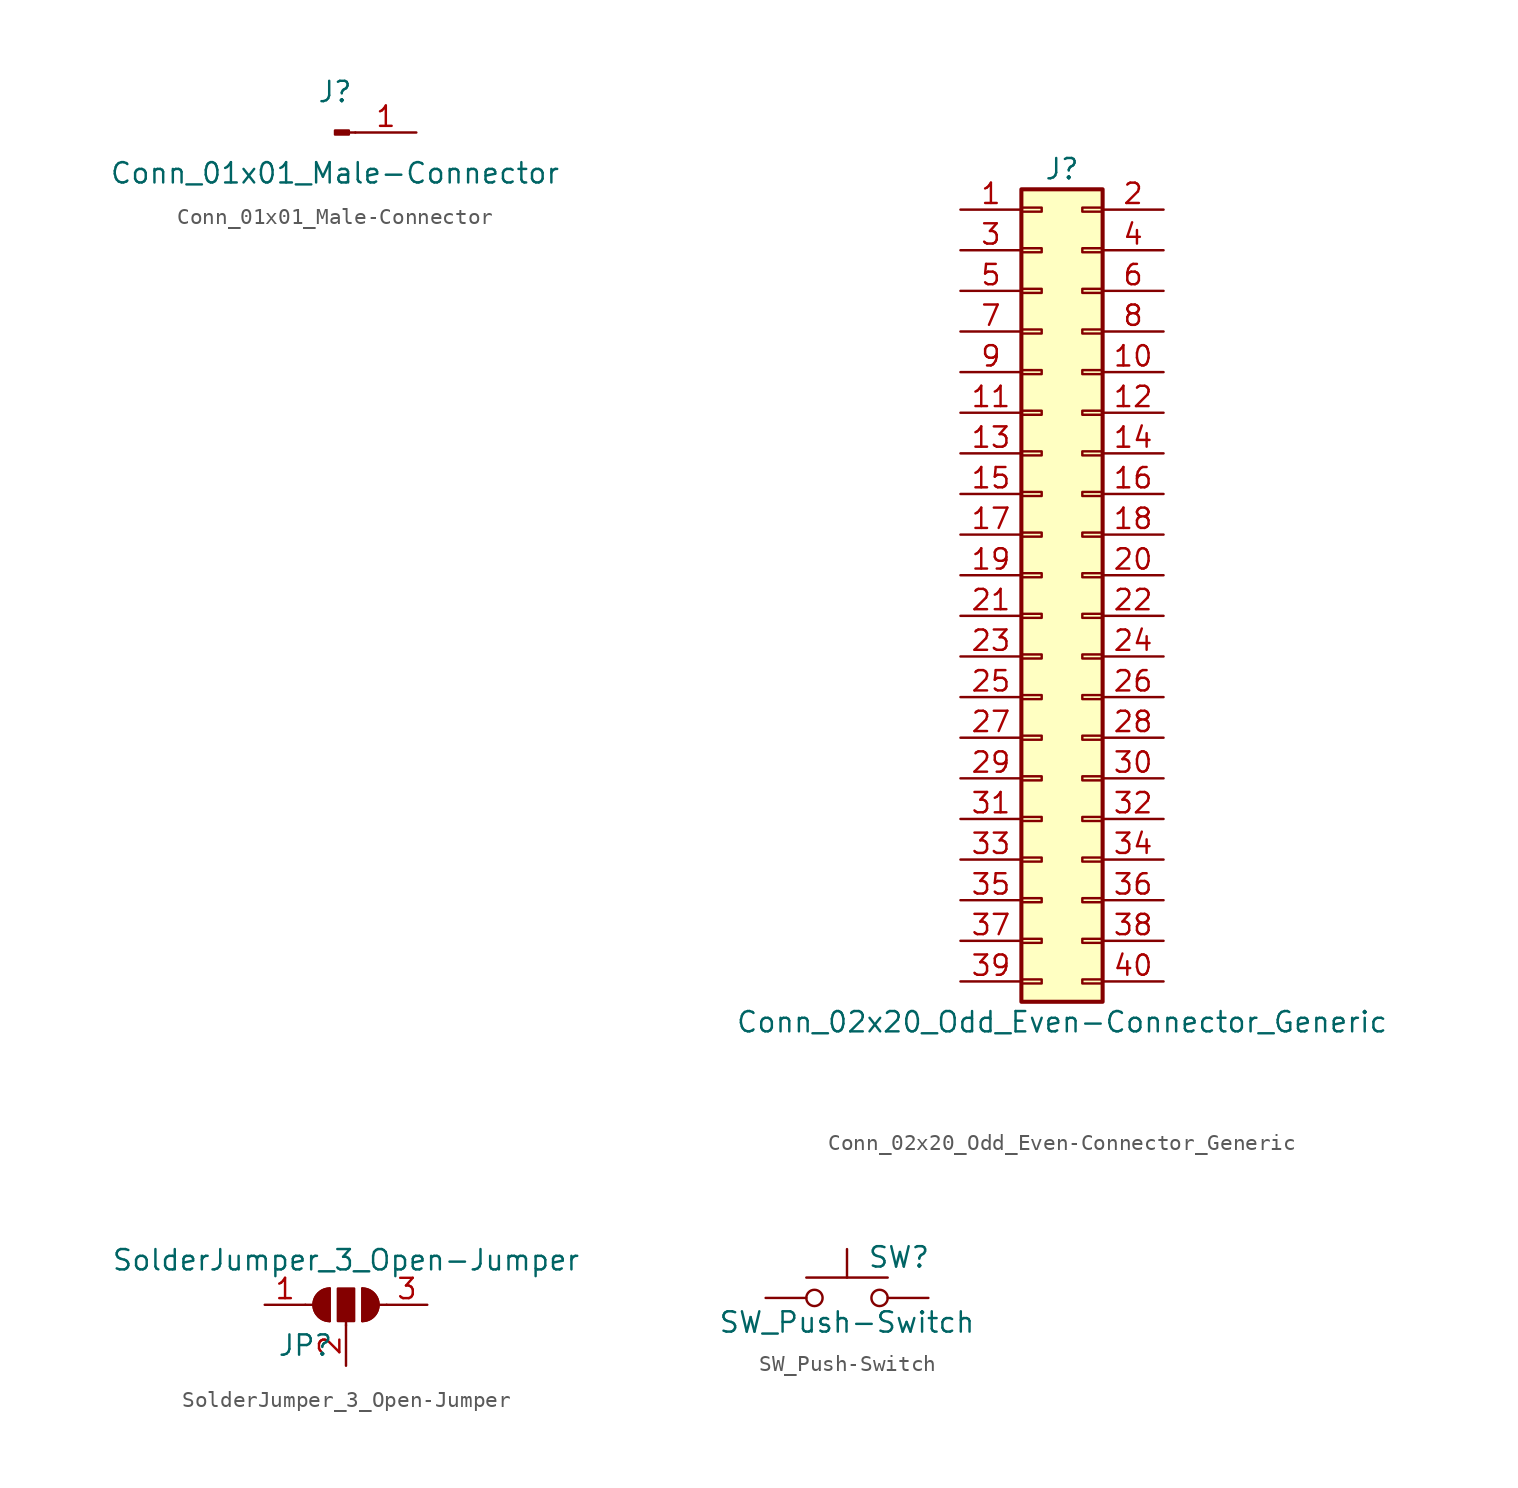
<source format=kicad_sym>
(kicad_symbol_lib
  (version 20211014)
  (generator kicad_symbol_editor)
  (symbol "Conn_01x01_Male-Connector"
    (pin_names
      (offset 1.016) hide)
    (property "Reference" "J"
      (at 0 2.54 0)
      (effects (font (size 1.27 1.27))))
    (property "Value" "Conn_01x01_Male-Connector"
      (at 0 -2.54 0)
      (effects (font (size 1.27 1.27))))
    (symbol "Conn_01x01_Male-Connector_1_1"
      (polyline (pts (xy 1.27 0) (xy 0.864 0)) (stroke (width 0.152) (type default) (color 0 0 0 0)) (fill (type none)))
      (rectangle (start 0.864 0.127) (end 0 -0.127) (stroke (width 0.152) (type default) (color 0 0 0 0)) (fill (type outline)))
      (pin passive line (at 5.08 0 180) (length 3.81) (name "Pin_1" (effects (font (size 1.27 1.27)))) (number "1" (effects (font (size 1.27 1.27)))))))
  (symbol "Conn_02x20_Odd_Even-Connector_Generic"
    (pin_names
      (offset 1.016) hide)
    (property "Reference" "J"
      (at 1.27 25.4 0)
      (effects (font (size 1.27 1.27))))
    (property "Value" "Conn_02x20_Odd_Even-Connector_Generic"
      (at 1.27 -27.94 0)
      (effects (font (size 1.27 1.27))))
    (symbol "Conn_02x20_Odd_Even-Connector_Generic_1_1"
      (rectangle (start -1.27 -25.273) (end 0 -25.527) (stroke (width 0.152) (type default) (color 0 0 0 0)) (fill (type none)))
      (rectangle (start -1.27 -22.733) (end 0 -22.987) (stroke (width 0.152) (type default) (color 0 0 0 0)) (fill (type none)))
      (rectangle (start -1.27 -20.193) (end 0 -20.447) (stroke (width 0.152) (type default) (color 0 0 0 0)) (fill (type none)))
      (rectangle (start -1.27 -17.653) (end 0 -17.907) (stroke (width 0.152) (type default) (color 0 0 0 0)) (fill (type none)))
      (rectangle (start -1.27 -15.113) (end 0 -15.367) (stroke (width 0.152) (type default) (color 0 0 0 0)) (fill (type none)))
      (rectangle (start -1.27 -12.573) (end 0 -12.827) (stroke (width 0.152) (type default) (color 0 0 0 0)) (fill (type none)))
      (rectangle (start -1.27 -10.033) (end 0 -10.287) (stroke (width 0.152) (type default) (color 0 0 0 0)) (fill (type none)))
      (rectangle (start -1.27 -7.493) (end 0 -7.747) (stroke (width 0.152) (type default) (color 0 0 0 0)) (fill (type none)))
      (rectangle (start -1.27 -4.953) (end 0 -5.207) (stroke (width 0.152) (type default) (color 0 0 0 0)) (fill (type none)))
      (rectangle (start -1.27 -2.413) (end 0 -2.667) (stroke (width 0.152) (type default) (color 0 0 0 0)) (fill (type none)))
      (rectangle (start -1.27 0.127) (end 0 -0.127) (stroke (width 0.152) (type default) (color 0 0 0 0)) (fill (type none)))
      (rectangle (start -1.27 2.667) (end 0 2.413) (stroke (width 0.152) (type default) (color 0 0 0 0)) (fill (type none)))
      (rectangle (start -1.27 5.207) (end 0 4.953) (stroke (width 0.152) (type default) (color 0 0 0 0)) (fill (type none)))
      (rectangle (start -1.27 7.747) (end 0 7.493) (stroke (width 0.152) (type default) (color 0 0 0 0)) (fill (type none)))
      (rectangle (start -1.27 10.287) (end 0 10.033) (stroke (width 0.152) (type default) (color 0 0 0 0)) (fill (type none)))
      (rectangle (start -1.27 12.827) (end 0 12.573) (stroke (width 0.152) (type default) (color 0 0 0 0)) (fill (type none)))
      (rectangle (start -1.27 15.367) (end 0 15.113) (stroke (width 0.152) (type default) (color 0 0 0 0)) (fill (type none)))
      (rectangle (start -1.27 17.907) (end 0 17.653) (stroke (width 0.152) (type default) (color 0 0 0 0)) (fill (type none)))
      (rectangle (start -1.27 20.447) (end 0 20.193) (stroke (width 0.152) (type default) (color 0 0 0 0)) (fill (type none)))
      (rectangle (start -1.27 22.987) (end 0 22.733) (stroke (width 0.152) (type default) (color 0 0 0 0)) (fill (type none)))
      (rectangle (start -1.27 24.13) (end 3.81 -26.67) (stroke (width 0.254) (type default) (color 0 0 0 0)) (fill (type background)))
      (rectangle (start 3.81 -25.273) (end 2.54 -25.527) (stroke (width 0.152) (type default) (color 0 0 0 0)) (fill (type none)))
      (rectangle (start 3.81 -22.733) (end 2.54 -22.987) (stroke (width 0.152) (type default) (color 0 0 0 0)) (fill (type none)))
      (rectangle (start 3.81 -20.193) (end 2.54 -20.447) (stroke (width 0.152) (type default) (color 0 0 0 0)) (fill (type none)))
      (rectangle (start 3.81 -17.653) (end 2.54 -17.907) (stroke (width 0.152) (type default) (color 0 0 0 0)) (fill (type none)))
      (rectangle (start 3.81 -15.113) (end 2.54 -15.367) (stroke (width 0.152) (type default) (color 0 0 0 0)) (fill (type none)))
      (rectangle (start 3.81 -12.573) (end 2.54 -12.827) (stroke (width 0.152) (type default) (color 0 0 0 0)) (fill (type none)))
      (rectangle (start 3.81 -10.033) (end 2.54 -10.287) (stroke (width 0.152) (type default) (color 0 0 0 0)) (fill (type none)))
      (rectangle (start 3.81 -7.493) (end 2.54 -7.747) (stroke (width 0.152) (type default) (color 0 0 0 0)) (fill (type none)))
      (rectangle (start 3.81 -4.953) (end 2.54 -5.207) (stroke (width 0.152) (type default) (color 0 0 0 0)) (fill (type none)))
      (rectangle (start 3.81 -2.413) (end 2.54 -2.667) (stroke (width 0.152) (type default) (color 0 0 0 0)) (fill (type none)))
      (rectangle (start 3.81 0.127) (end 2.54 -0.127) (stroke (width 0.152) (type default) (color 0 0 0 0)) (fill (type none)))
      (rectangle (start 3.81 2.667) (end 2.54 2.413) (stroke (width 0.152) (type default) (color 0 0 0 0)) (fill (type none)))
      (rectangle (start 3.81 5.207) (end 2.54 4.953) (stroke (width 0.152) (type default) (color 0 0 0 0)) (fill (type none)))
      (rectangle (start 3.81 7.747) (end 2.54 7.493) (stroke (width 0.152) (type default) (color 0 0 0 0)) (fill (type none)))
      (rectangle (start 3.81 10.287) (end 2.54 10.033) (stroke (width 0.152) (type default) (color 0 0 0 0)) (fill (type none)))
      (rectangle (start 3.81 12.827) (end 2.54 12.573) (stroke (width 0.152) (type default) (color 0 0 0 0)) (fill (type none)))
      (rectangle (start 3.81 15.367) (end 2.54 15.113) (stroke (width 0.152) (type default) (color 0 0 0 0)) (fill (type none)))
      (rectangle (start 3.81 17.907) (end 2.54 17.653) (stroke (width 0.152) (type default) (color 0 0 0 0)) (fill (type none)))
      (rectangle (start 3.81 20.447) (end 2.54 20.193) (stroke (width 0.152) (type default) (color 0 0 0 0)) (fill (type none)))
      (rectangle (start 3.81 22.987) (end 2.54 22.733) (stroke (width 0.152) (type default) (color 0 0 0 0)) (fill (type none)))
      (pin passive line (at -5.08 22.86 0) (length 3.81) (name "Pin_1" (effects (font (size 1.27 1.27)))) (number "1" (effects (font (size 1.27 1.27)))))
      (pin passive line (at 7.62 12.7 180) (length 3.81) (name "Pin_10" (effects (font (size 1.27 1.27)))) (number "10" (effects (font (size 1.27 1.27)))))
      (pin passive line (at -5.08 10.16 0) (length 3.81) (name "Pin_11" (effects (font (size 1.27 1.27)))) (number "11" (effects (font (size 1.27 1.27)))))
      (pin passive line (at 7.62 10.16 180) (length 3.81) (name "Pin_12" (effects (font (size 1.27 1.27)))) (number "12" (effects (font (size 1.27 1.27)))))
      (pin passive line (at -5.08 7.62 0) (length 3.81) (name "Pin_13" (effects (font (size 1.27 1.27)))) (number "13" (effects (font (size 1.27 1.27)))))
      (pin passive line (at 7.62 7.62 180) (length 3.81) (name "Pin_14" (effects (font (size 1.27 1.27)))) (number "14" (effects (font (size 1.27 1.27)))))
      (pin passive line (at -5.08 5.08 0) (length 3.81) (name "Pin_15" (effects (font (size 1.27 1.27)))) (number "15" (effects (font (size 1.27 1.27)))))
      (pin passive line (at 7.62 5.08 180) (length 3.81) (name "Pin_16" (effects (font (size 1.27 1.27)))) (number "16" (effects (font (size 1.27 1.27)))))
      (pin passive line (at -5.08 2.54 0) (length 3.81) (name "Pin_17" (effects (font (size 1.27 1.27)))) (number "17" (effects (font (size 1.27 1.27)))))
      (pin passive line (at 7.62 2.54 180) (length 3.81) (name "Pin_18" (effects (font (size 1.27 1.27)))) (number "18" (effects (font (size 1.27 1.27)))))
      (pin passive line (at -5.08 0 0) (length 3.81) (name "Pin_19" (effects (font (size 1.27 1.27)))) (number "19" (effects (font (size 1.27 1.27)))))
      (pin passive line (at 7.62 22.86 180) (length 3.81) (name "Pin_2" (effects (font (size 1.27 1.27)))) (number "2" (effects (font (size 1.27 1.27)))))
      (pin passive line (at 7.62 0 180) (length 3.81) (name "Pin_20" (effects (font (size 1.27 1.27)))) (number "20" (effects (font (size 1.27 1.27)))))
      (pin passive line (at -5.08 -2.54 0) (length 3.81) (name "Pin_21" (effects (font (size 1.27 1.27)))) (number "21" (effects (font (size 1.27 1.27)))))
      (pin passive line (at 7.62 -2.54 180) (length 3.81) (name "Pin_22" (effects (font (size 1.27 1.27)))) (number "22" (effects (font (size 1.27 1.27)))))
      (pin passive line (at -5.08 -5.08 0) (length 3.81) (name "Pin_23" (effects (font (size 1.27 1.27)))) (number "23" (effects (font (size 1.27 1.27)))))
      (pin passive line (at 7.62 -5.08 180) (length 3.81) (name "Pin_24" (effects (font (size 1.27 1.27)))) (number "24" (effects (font (size 1.27 1.27)))))
      (pin passive line (at -5.08 -7.62 0) (length 3.81) (name "Pin_25" (effects (font (size 1.27 1.27)))) (number "25" (effects (font (size 1.27 1.27)))))
      (pin passive line (at 7.62 -7.62 180) (length 3.81) (name "Pin_26" (effects (font (size 1.27 1.27)))) (number "26" (effects (font (size 1.27 1.27)))))
      (pin passive line (at -5.08 -10.16 0) (length 3.81) (name "Pin_27" (effects (font (size 1.27 1.27)))) (number "27" (effects (font (size 1.27 1.27)))))
      (pin passive line (at 7.62 -10.16 180) (length 3.81) (name "Pin_28" (effects (font (size 1.27 1.27)))) (number "28" (effects (font (size 1.27 1.27)))))
      (pin passive line (at -5.08 -12.7 0) (length 3.81) (name "Pin_29" (effects (font (size 1.27 1.27)))) (number "29" (effects (font (size 1.27 1.27)))))
      (pin passive line (at -5.08 20.32 0) (length 3.81) (name "Pin_3" (effects (font (size 1.27 1.27)))) (number "3" (effects (font (size 1.27 1.27)))))
      (pin passive line (at 7.62 -12.7 180) (length 3.81) (name "Pin_30" (effects (font (size 1.27 1.27)))) (number "30" (effects (font (size 1.27 1.27)))))
      (pin passive line (at -5.08 -15.24 0) (length 3.81) (name "Pin_31" (effects (font (size 1.27 1.27)))) (number "31" (effects (font (size 1.27 1.27)))))
      (pin passive line (at 7.62 -15.24 180) (length 3.81) (name "Pin_32" (effects (font (size 1.27 1.27)))) (number "32" (effects (font (size 1.27 1.27)))))
      (pin passive line (at -5.08 -17.78 0) (length 3.81) (name "Pin_33" (effects (font (size 1.27 1.27)))) (number "33" (effects (font (size 1.27 1.27)))))
      (pin passive line (at 7.62 -17.78 180) (length 3.81) (name "Pin_34" (effects (font (size 1.27 1.27)))) (number "34" (effects (font (size 1.27 1.27)))))
      (pin passive line (at -5.08 -20.32 0) (length 3.81) (name "Pin_35" (effects (font (size 1.27 1.27)))) (number "35" (effects (font (size 1.27 1.27)))))
      (pin passive line (at 7.62 -20.32 180) (length 3.81) (name "Pin_36" (effects (font (size 1.27 1.27)))) (number "36" (effects (font (size 1.27 1.27)))))
      (pin passive line (at -5.08 -22.86 0) (length 3.81) (name "Pin_37" (effects (font (size 1.27 1.27)))) (number "37" (effects (font (size 1.27 1.27)))))
      (pin passive line (at 7.62 -22.86 180) (length 3.81) (name "Pin_38" (effects (font (size 1.27 1.27)))) (number "38" (effects (font (size 1.27 1.27)))))
      (pin passive line (at -5.08 -25.4 0) (length 3.81) (name "Pin_39" (effects (font (size 1.27 1.27)))) (number "39" (effects (font (size 1.27 1.27)))))
      (pin passive line (at 7.62 20.32 180) (length 3.81) (name "Pin_4" (effects (font (size 1.27 1.27)))) (number "4" (effects (font (size 1.27 1.27)))))
      (pin passive line (at 7.62 -25.4 180) (length 3.81) (name "Pin_40" (effects (font (size 1.27 1.27)))) (number "40" (effects (font (size 1.27 1.27)))))
      (pin passive line (at -5.08 17.78 0) (length 3.81) (name "Pin_5" (effects (font (size 1.27 1.27)))) (number "5" (effects (font (size 1.27 1.27)))))
      (pin passive line (at 7.62 17.78 180) (length 3.81) (name "Pin_6" (effects (font (size 1.27 1.27)))) (number "6" (effects (font (size 1.27 1.27)))))
      (pin passive line (at -5.08 15.24 0) (length 3.81) (name "Pin_7" (effects (font (size 1.27 1.27)))) (number "7" (effects (font (size 1.27 1.27)))))
      (pin passive line (at 7.62 15.24 180) (length 3.81) (name "Pin_8" (effects (font (size 1.27 1.27)))) (number "8" (effects (font (size 1.27 1.27)))))
      (pin passive line (at -5.08 12.7 0) (length 3.81) (name "Pin_9" (effects (font (size 1.27 1.27)))) (number "9" (effects (font (size 1.27 1.27)))))))
  (symbol "SolderJumper_3_Open-Jumper"
    (pin_names
      (offset 0) hide)
    (property "Reference" "JP"
      (at -2.54 -2.54 0)
      (effects (font (size 1.27 1.27))))
    (property "Value" "SolderJumper_3_Open-Jumper"
      (at 0 2.794 0)
      (effects (font (size 1.27 1.27))))
    (symbol "SolderJumper_3_Open-Jumper_0_1"
      (arc (start -1.016 1.016) (mid -2.032 0) (end -1.016 -1.016) (stroke (width 0) (type default) (color 0 0 0 0)) (fill (type none)))
      (arc (start -1.016 1.016) (mid -2.032 0) (end -1.016 -1.016) (stroke (width 0) (type default) (color 0 0 0 0)) (fill (type outline)))
      (rectangle (start -0.508 1.016) (end 0.508 -1.016) (stroke (width 0) (type default) (color 0 0 0 0)) (fill (type outline)))
      (polyline (pts (xy -2.54 0) (xy -2.032 0)) (stroke (width 0) (type default) (color 0 0 0 0)) (fill (type none)))
      (polyline (pts (xy -1.016 1.016) (xy -1.016 -1.016)) (stroke (width 0) (type default) (color 0 0 0 0)) (fill (type none)))
      (polyline (pts (xy 0 -1.27) (xy 0 -1.016)) (stroke (width 0) (type default) (color 0 0 0 0)) (fill (type none)))
      (polyline (pts (xy 1.016 1.016) (xy 1.016 -1.016)) (stroke (width 0) (type default) (color 0 0 0 0)) (fill (type none)))
      (polyline (pts (xy 2.54 0) (xy 2.032 0)) (stroke (width 0) (type default) (color 0 0 0 0)) (fill (type none)))
      (arc (start 1.016 -1.016) (mid 2.032 0) (end 1.016 1.016) (stroke (width 0) (type default) (color 0 0 0 0)) (fill (type none)))
      (arc (start 1.016 -1.016) (mid 2.032 0) (end 1.016 1.016) (stroke (width 0) (type default) (color 0 0 0 0)) (fill (type outline))))
    (symbol "SolderJumper_3_Open-Jumper_1_1"
      (pin passive line (at -5.08 0 0) (length 2.54) (name "A" (effects (font (size 1.27 1.27)))) (number "1" (effects (font (size 1.27 1.27)))))
      (pin input line (at 0 -3.81 90) (length 2.54) (name "C" (effects (font (size 1.27 1.27)))) (number "2" (effects (font (size 1.27 1.27)))))
      (pin passive line (at 5.08 0 180) (length 2.54) (name "B" (effects (font (size 1.27 1.27)))) (number "3" (effects (font (size 1.27 1.27)))))))
  (symbol "SW_Push-Switch"
    (pin_numbers hide)
    (pin_names
      (offset 1.016) hide)
    (property "Reference" "SW"
      (at 1.27 2.54 0)
      (effects (font (size 1.27 1.27)) (justify left)))
    (property "Value" "SW_Push-Switch"
      (at 0 -1.524 0)
      (effects (font (size 1.27 1.27))))
    (symbol "SW_Push-Switch_0_1"
      (circle (center -2.032 0) (radius 0.508) (stroke (width 0) (type default) (color 0 0 0 0)) (fill (type none)))
      (polyline (pts (xy 0 1.27) (xy 0 3.048)) (stroke (width 0) (type default) (color 0 0 0 0)) (fill (type none)))
      (polyline (pts (xy 2.54 1.27) (xy -2.54 1.27)) (stroke (width 0) (type default) (color 0 0 0 0)) (fill (type none)))
      (circle (center 2.032 0) (radius 0.508) (stroke (width 0) (type default) (color 0 0 0 0)) (fill (type none)))
      (pin passive line (at -5.08 0 0) (length 2.54) (name "1" (effects (font (size 1.27 1.27)))) (number "1" (effects (font (size 1.27 1.27)))))
      (pin passive line (at 5.08 0 180) (length 2.54) (name "2" (effects (font (size 1.27 1.27)))) (number "2" (effects (font (size 1.27 1.27))))))))
</source>
